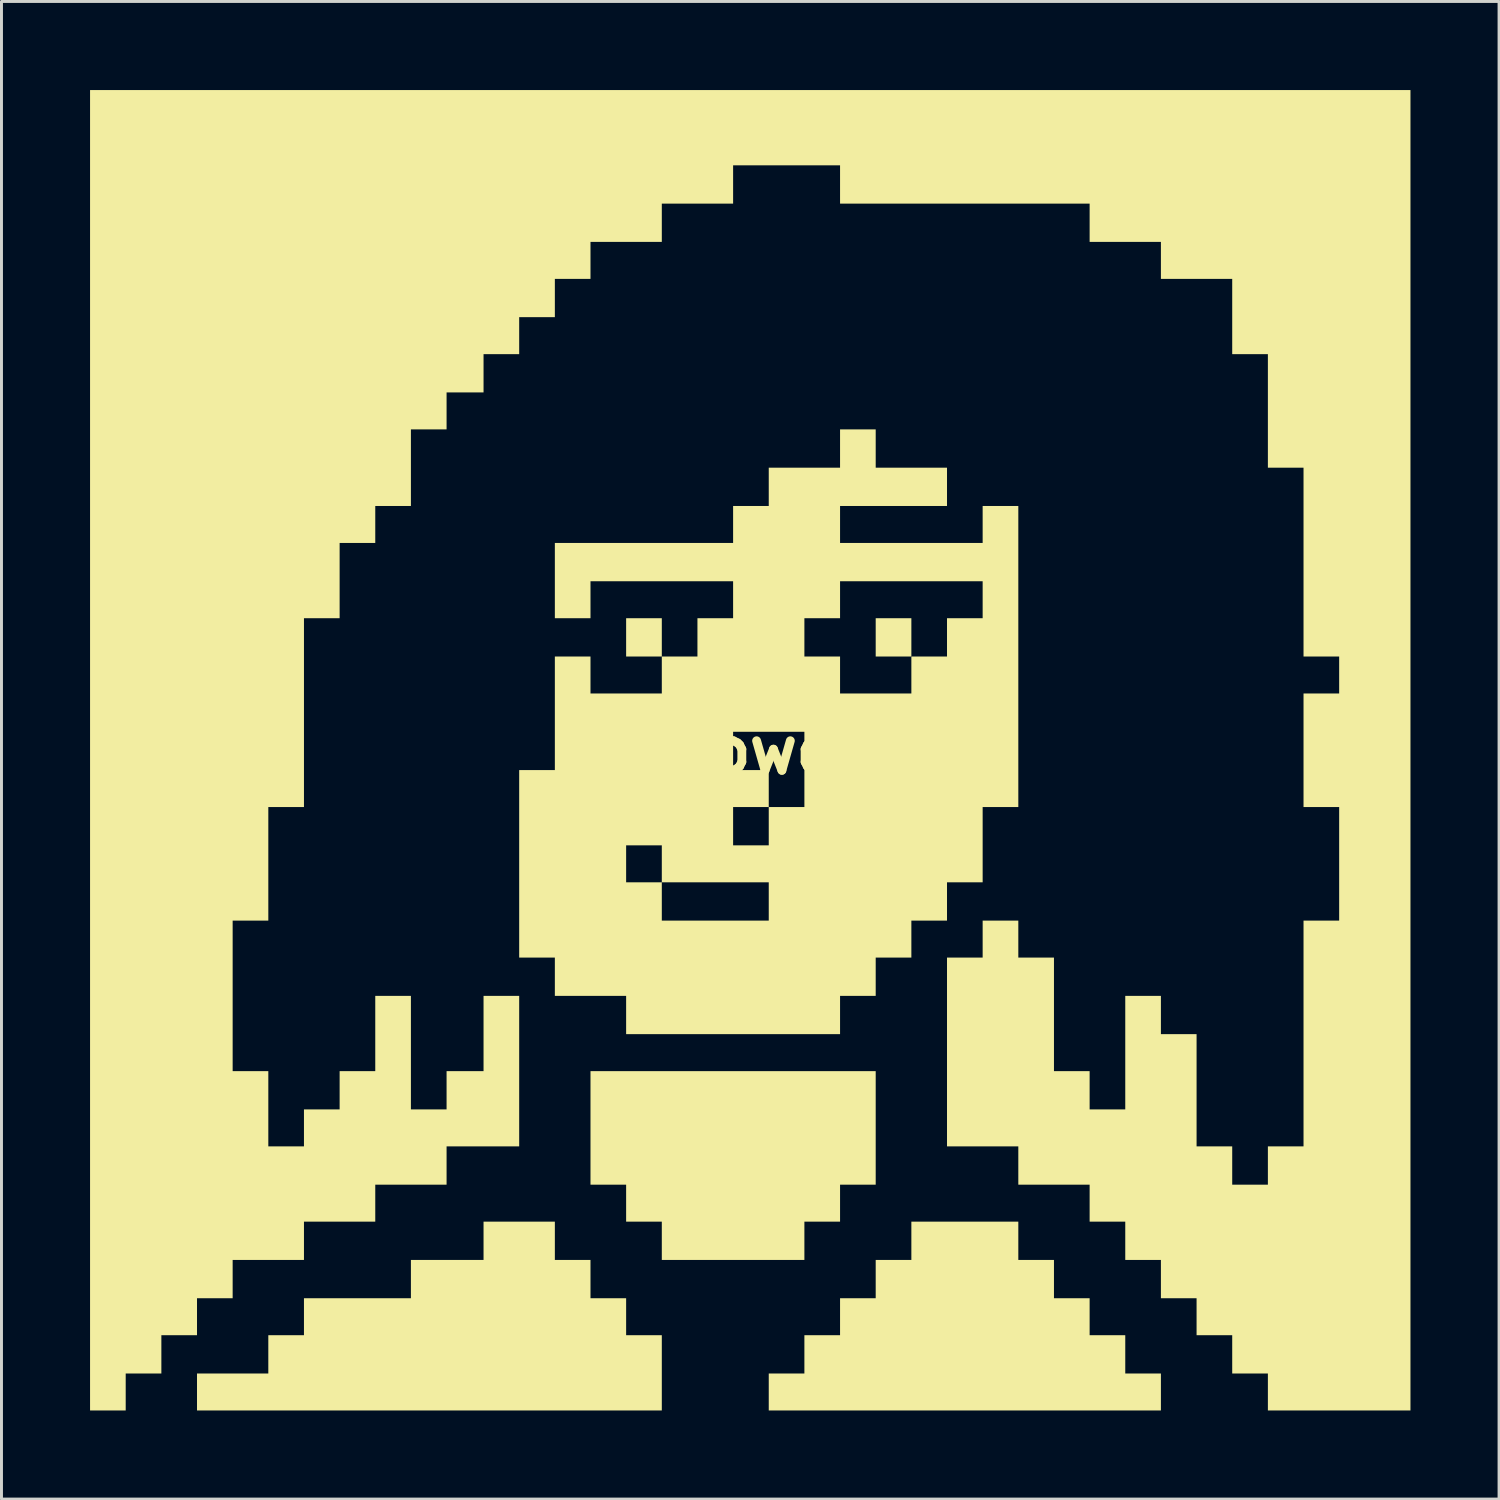
<source format=kicad_pcb>
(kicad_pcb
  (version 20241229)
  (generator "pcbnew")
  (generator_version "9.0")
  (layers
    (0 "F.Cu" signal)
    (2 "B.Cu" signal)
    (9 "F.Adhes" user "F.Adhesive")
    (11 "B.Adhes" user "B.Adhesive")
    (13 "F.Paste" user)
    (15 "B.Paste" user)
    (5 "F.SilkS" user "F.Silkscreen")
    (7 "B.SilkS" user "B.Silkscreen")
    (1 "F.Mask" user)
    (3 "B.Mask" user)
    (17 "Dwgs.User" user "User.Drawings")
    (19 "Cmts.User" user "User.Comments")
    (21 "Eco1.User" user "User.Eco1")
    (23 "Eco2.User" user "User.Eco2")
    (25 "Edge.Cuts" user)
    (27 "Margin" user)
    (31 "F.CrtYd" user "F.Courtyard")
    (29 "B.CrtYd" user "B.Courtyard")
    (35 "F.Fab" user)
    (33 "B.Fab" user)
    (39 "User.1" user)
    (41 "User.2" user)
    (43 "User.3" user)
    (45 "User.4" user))
  (footprint "Nowo"
    (layer "F.Cu")
    (at 22.359 22.359)
    (property "Reference" "Nowo" (at 0 0 0) (layer "F.SilkS") (effects (font (size 1.5 1.5) (thickness 0.3))))
    (attr board_only exclude_from_pos_files exclude_from_bom)
    (fp_poly (pts (xy 5.456 -3.823) (xy 5.456 -3.175) (xy 4.852 -3.175) (xy 4.248 -3.175) (xy 4.248 -3.823) (xy 4.248 -4.472) (xy 4.852 -4.472) (xy 5.456 -4.472)) (stroke (width 0) (type solid)) (fill yes) (layer "F.SilkS"))
    (fp_poly (pts (xy 4.248 12.789) (xy 4.248 14.712) (xy 3.645 14.712) (xy 3.041 14.712) (xy 3.041 15.338) (xy 3.041 15.964) (xy 2.437 15.964) (xy 1.833 15.964) (xy 1.833 16.613) (xy 1.833 17.261) (xy -0.581 17.261) (xy -2.996 17.261) (xy -2.996 16.613) (xy -2.996 15.964) (xy -3.6 15.964) (xy -4.204 15.964) (xy -4.204 15.338) (xy -4.204 14.712) (xy -4.807 14.712) (xy -5.411 14.712) (xy -5.411 12.789) (xy -5.411 10.867) (xy -0.581 10.867) (xy 4.248 10.867)) (stroke (width 0) (type solid)) (fill yes) (layer "F.SilkS"))
    (fp_poly (pts (xy -6.618 16.613) (xy -6.618 17.261) (xy -6.015 17.261) (xy -5.411 17.261) (xy -5.411 17.91) (xy -5.411 18.558) (xy -4.807 18.558) (xy -4.204 18.558) (xy -4.204 19.184) (xy -4.204 19.81) (xy -3.6 19.81) (xy -2.996 19.81) (xy -2.996 21.085) (xy -2.996 22.359) (xy -10.867 22.359) (xy -18.737 22.359) (xy -18.737 21.733) (xy -18.737 21.107) (xy -17.53 21.107) (xy -16.322 21.107) (xy -16.322 20.459) (xy -16.322 19.81) (xy -15.718 19.81) (xy -15.115 19.81) (xy -15.115 19.184) (xy -15.115 18.558) (xy -13.304 18.558) (xy -11.493 18.558) (xy -11.493 17.91) (xy -11.493 17.261) (xy -10.263 17.261) (xy -9.033 17.261) (xy -9.033 16.613) (xy -9.033 15.964) (xy -7.826 15.964) (xy -6.618 15.964)) (stroke (width 0) (type solid)) (fill yes) (layer "F.SilkS"))
    (fp_poly (pts (xy 9.078 16.613) (xy 9.078 17.261) (xy 9.682 17.261) (xy 10.285 17.261) (xy 10.285 17.91) (xy 10.285 18.558) (xy 10.889 18.558) (xy 11.493 18.558) (xy 11.493 19.184) (xy 11.493 19.81) (xy 12.096 19.81) (xy 12.7 19.81) (xy 12.7 20.459) (xy 12.7 21.107) (xy 13.304 21.107) (xy 13.907 21.107) (xy 13.907 21.733) (xy 13.907 22.359) (xy 7.267 22.359) (xy 0.626 22.359) (xy 0.626 21.733) (xy 0.626 21.107) (xy 1.23 21.107) (xy 1.833 21.107) (xy 1.833 20.459) (xy 1.833 19.81) (xy 2.437 19.81) (xy 3.041 19.81) (xy 3.041 19.184) (xy 3.041 18.558) (xy 3.645 18.558) (xy 4.248 18.558) (xy 4.248 17.91) (xy 4.248 17.261) (xy 4.852 17.261) (xy 5.456 17.261) (xy 5.456 16.613) (xy 5.456 15.964) (xy 7.267 15.964) (xy 9.078 15.964)) (stroke (width 0) (type solid)) (fill yes) (layer "F.SilkS"))
    (fp_poly (pts (xy 4.248 -10.218) (xy 4.248 -9.57) (xy 5.456 -9.57) (xy 6.663 -9.57) (xy 6.663 -8.921) (xy 6.663 -8.273) (xy 4.852 -8.273) (xy 3.041 -8.273) (xy 3.041 -7.647) (xy 3.041 -7.021) (xy 5.456 -7.021) (xy 7.87 -7.021) (xy 7.87 -7.647) (xy 7.87 -8.273) (xy 8.474 -8.273) (xy 9.078 -8.273) (xy 9.078 -3.175) (xy 9.078 1.923) (xy 8.474 1.923) (xy 7.87 1.923) (xy 7.87 3.197) (xy 7.87 4.472) (xy 7.267 4.472) (xy 6.663 4.472) (xy 6.663 5.12) (xy 6.663 5.769) (xy 6.059 5.769) (xy 5.456 5.769) (xy 5.456 6.395) (xy 5.456 7.021) (xy 4.852 7.021) (xy 4.248 7.021) (xy 4.248 7.669) (xy 4.248 8.318) (xy 3.645 8.318) (xy 3.041 8.318) (xy 3.041 8.966) (xy 3.041 9.614) (xy -0.581 9.614) (xy -4.204 9.614) (xy -4.204 8.966) (xy -4.204 8.318) (xy -5.411 8.318) (xy -6.618 8.318) (xy -6.618 7.669) (xy -6.618 7.021) (xy -7.222 7.021) (xy -7.826 7.021) (xy -7.826 5.12) (xy -2.996 5.12) (xy -2.996 5.769) (xy -1.185 5.769) (xy 0.626 5.769) (xy 0.626 5.12) (xy 0.626 4.472) (xy -1.185 4.472) (xy -2.996 4.472) (xy -2.996 5.12) (xy -7.826 5.12) (xy -7.826 3.846) (xy -4.204 3.846) (xy -4.204 4.472) (xy -3.6 4.472) (xy -2.996 4.472) (xy -2.996 3.846) (xy -2.996 3.22) (xy -3.6 3.22) (xy -4.204 3.22) (xy -4.204 3.846) (xy -7.826 3.846) (xy -7.826 0.671) (xy -7.222 0.671) (xy -6.618 0.671) (xy -6.618 0.022) (xy -0.581 0.022) (xy -0.581 0.671) (xy 0.022 0.671) (xy 0.626 0.671) (xy 0.626 1.297) (xy 0.626 1.923) (xy 0.022 1.923) (xy -0.581 1.923) (xy -0.581 2.571) (xy -0.581 3.22) (xy 0.022 3.22) (xy 0.626 3.22) (xy 0.626 2.571) (xy 0.626 1.923) (xy 1.23 1.923) (xy 1.833 1.923) (xy 1.833 0.648) (xy 1.833 -0.626) (xy 0.626 -0.626) (xy -0.581 -0.626) (xy -0.581 0.022) (xy -6.618 0.022) (xy -6.618 -1.252) (xy -6.618 -3.175) (xy -6.015 -3.175) (xy -5.411 -3.175) (xy -5.411 -2.549) (xy -5.411 -1.923) (xy -4.204 -1.923) (xy -2.996 -1.923) (xy -2.996 -2.549) (xy -2.996 -3.175) (xy -3.6 -3.175) (xy -4.204 -3.175) (xy -4.204 -3.823) (xy -4.204 -4.472) (xy -3.6 -4.472) (xy -2.996 -4.472) (xy -2.996 -3.823) (xy -2.996 -3.175) (xy -2.392 -3.175) (xy -1.789 -3.175) (xy -1.789 -3.823) (xy -1.789 -4.472) (xy -1.185 -4.472) (xy -0.581 -4.472) (xy 1.833 -4.472) (xy 1.833 -3.823) (xy 1.833 -3.175) (xy 2.437 -3.175) (xy 3.041 -3.175) (xy 3.041 -2.549) (xy 3.041 -1.923) (xy 4.248 -1.923) (xy 5.456 -1.923) (xy 5.456 -2.549) (xy 5.456 -3.175) (xy 6.059 -3.175) (xy 6.663 -3.175) (xy 6.663 -3.823) (xy 6.663 -4.472) (xy 7.267 -4.472) (xy 7.87 -4.472) (xy 7.87 -5.098) (xy 7.87 -5.724) (xy 5.456 -5.724) (xy 3.041 -5.724) (xy 3.041 -5.098) (xy 3.041 -4.472) (xy 2.437 -4.472) (xy 1.833 -4.472) (xy -0.581 -4.472) (xy -0.581 -5.098) (xy -0.581 -5.724) (xy -2.996 -5.724) (xy -5.411 -5.724) (xy -5.411 -5.098) (xy -5.411 -4.472) (xy -6.015 -4.472) (xy -6.618 -4.472) (xy -6.618 -5.746) (xy -6.618 -7.021) (xy -3.6 -7.021) (xy -0.581 -7.021) (xy -0.581 -7.647) (xy -0.581 -8.273) (xy 0.022 -8.273) (xy 0.626 -8.273) (xy 0.626 -8.921) (xy 0.626 -9.57) (xy 1.833 -9.57) (xy 3.041 -9.57) (xy 3.041 -10.218) (xy 3.041 -10.867) (xy 3.645 -10.867) (xy 4.248 -10.867)) (stroke (width 0) (type solid)) (fill yes) (layer "F.SilkS"))
    (fp_poly (pts (xy 22.359 -0.000001) (xy 22.359 22.359) (xy 19.944 22.359) (xy 17.53 22.359) (xy 17.53 21.733) (xy 17.53 21.107) (xy 16.926 21.107) (xy 16.322 21.107) (xy 16.322 20.459) (xy 16.322 19.81) (xy 15.718 19.81) (xy 15.115 19.81) (xy 15.115 19.184) (xy 15.115 18.558) (xy 14.511 18.558) (xy 13.907 18.558) (xy 13.907 17.91) (xy 13.907 17.261) (xy 13.304 17.261) (xy 12.7 17.261) (xy 12.7 16.613) (xy 12.7 15.964) (xy 12.096 15.964) (xy 11.493 15.964) (xy 11.493 15.338) (xy 11.493 14.712) (xy 10.285 14.712) (xy 9.078 14.712) (xy 9.078 14.064) (xy 9.078 13.415) (xy 7.87 13.415) (xy 6.663 13.415) (xy 6.663 10.218) (xy 6.663 7.021) (xy 7.267 7.021) (xy 7.87 7.021) (xy 7.87 6.395) (xy 7.87 5.769) (xy 8.474 5.769) (xy 9.078 5.769) (xy 9.078 6.395) (xy 9.078 7.021) (xy 9.682 7.021) (xy 10.285 7.021) (xy 10.285 8.944) (xy 10.285 10.867) (xy 10.889 10.867) (xy 11.493 10.867) (xy 11.493 11.515) (xy 11.493 12.163) (xy 12.096 12.163) (xy 12.7 12.163) (xy 12.7 10.24) (xy 12.7 8.318) (xy 13.304 8.318) (xy 13.907 8.318) (xy 13.907 8.966) (xy 13.907 9.614) (xy 14.511 9.614) (xy 15.115 9.614) (xy 15.115 11.515) (xy 15.115 13.415) (xy 15.718 13.415) (xy 16.322 13.415) (xy 16.322 14.064) (xy 16.322 14.712) (xy 16.926 14.712) (xy 17.53 14.712) (xy 17.53 14.064) (xy 17.53 13.415) (xy 18.133 13.415) (xy 18.737 13.415) (xy 18.737 9.592) (xy 18.737 5.769) (xy 19.341 5.769) (xy 19.944 5.769) (xy 19.944 3.846) (xy 19.944 1.923) (xy 19.341 1.923) (xy 18.737 1.923) (xy 18.737 -0.000001) (xy 18.737 -1.923) (xy 19.341 -1.923) (xy 19.944 -1.923) (xy 19.944 -2.549) (xy 19.944 -3.175) (xy 19.341 -3.175) (xy 18.737 -3.175) (xy 18.737 -6.372) (xy 18.737 -9.57) (xy 18.133 -9.57) (xy 17.53 -9.57) (xy 17.53 -11.493) (xy 17.53 -13.415) (xy 16.926 -13.415) (xy 16.322 -13.415) (xy 16.322 -14.69) (xy 16.322 -15.964) (xy 15.115 -15.964) (xy 13.907 -15.964) (xy 13.907 -16.59) (xy 13.907 -17.217) (xy 12.7 -17.217) (xy 11.493 -17.217) (xy 11.493 -17.865) (xy 11.493 -18.513) (xy 7.267 -18.513) (xy 3.041 -18.513) (xy 3.041 -19.162) (xy 3.041 -19.81) (xy 1.23 -19.81) (xy -0.581 -19.81) (xy -0.581 -19.162) (xy -0.581 -18.513) (xy -1.789 -18.513) (xy -2.996 -18.513) (xy -2.996 -17.865) (xy -2.996 -17.217) (xy -4.204 -17.217) (xy -5.411 -17.217) (xy -5.411 -16.59) (xy -5.411 -15.964) (xy -6.015 -15.964) (xy -6.618 -15.964) (xy -6.618 -15.316) (xy -6.618 -14.668) (xy -7.222 -14.668) (xy -7.826 -14.668) (xy -7.826 -14.042) (xy -7.826 -13.415) (xy -8.429 -13.415) (xy -9.033 -13.415) (xy -9.033 -12.767) (xy -9.033 -12.119) (xy -9.659 -12.119) (xy -10.285 -12.119) (xy -10.285 -11.493) (xy -10.285 -10.867) (xy -10.889 -10.867) (xy -11.493 -10.867) (xy -11.493 -9.57) (xy -11.493 -8.273) (xy -12.096 -8.273) (xy -12.7 -8.273) (xy -12.7 -7.647) (xy -12.7 -7.021) (xy -13.304 -7.021) (xy -13.907 -7.021) (xy -13.907 -5.746) (xy -13.907 -4.472) (xy -14.511 -4.472) (xy -15.115 -4.472) (xy -15.115 -1.274) (xy -15.115 1.923) (xy -15.718 1.923) (xy -16.322 1.923) (xy -16.322 3.846) (xy -16.322 5.769) (xy -16.926 5.769) (xy -17.53 5.769) (xy -17.53 8.318) (xy -17.53 10.867) (xy -16.926 10.867) (xy -16.322 10.867) (xy -16.322 12.141) (xy -16.322 13.415) (xy -15.718 13.415) (xy -15.115 13.415) (xy -15.115 12.789) (xy -15.115 12.163) (xy -14.511 12.163) (xy -13.907 12.163) (xy -13.907 11.515) (xy -13.907 10.867) (xy -13.304 10.867) (xy -12.7 10.867) (xy -12.7 9.592) (xy -12.7 8.318) (xy -12.096 8.318) (xy -11.493 8.318) (xy -11.493 10.24) (xy -11.493 12.163) (xy -10.889 12.163) (xy -10.285 12.163) (xy -10.285 11.515) (xy -10.285 10.867) (xy -9.659 10.867) (xy -9.033 10.867) (xy -9.033 9.592) (xy -9.033 8.318) (xy -8.429 8.318) (xy -7.826 8.318) (xy -7.826 10.867) (xy -7.826 13.415) (xy -9.055 13.415) (xy -10.285 13.415) (xy -10.285 14.064) (xy -10.285 14.712) (xy -11.493 14.712) (xy -12.7 14.712) (xy -12.7 15.338) (xy -12.7 15.964) (xy -13.907 15.964) (xy -15.115 15.964) (xy -15.115 16.613) (xy -15.115 17.261) (xy -16.322 17.261) (xy -17.53 17.261) (xy -17.53 17.91) (xy -17.53 18.558) (xy -18.133 18.558) (xy -18.737 18.558) (xy -18.737 19.184) (xy -18.737 19.81) (xy -19.341 19.81) (xy -19.944 19.81) (xy -19.944 20.459) (xy -19.944 21.107) (xy -20.548 21.107) (xy -21.152 21.107) (xy -21.152 21.733) (xy -21.152 22.359) (xy -21.755 22.359) (xy -22.359 22.359) (xy -22.359 -0.000001) (xy -22.359 -22.359) (xy -0.000001 -22.359) (xy 22.359 -22.359)) (stroke (width 0) (type solid)) (fill yes) (layer "F.SilkS")))
  (gr_rect
    (start -3 -3)
    (end 47.718 47.718)
    (stroke (width 0.1) (type default))
    (fill no)
    (layer "Edge.Cuts")))
</source>
